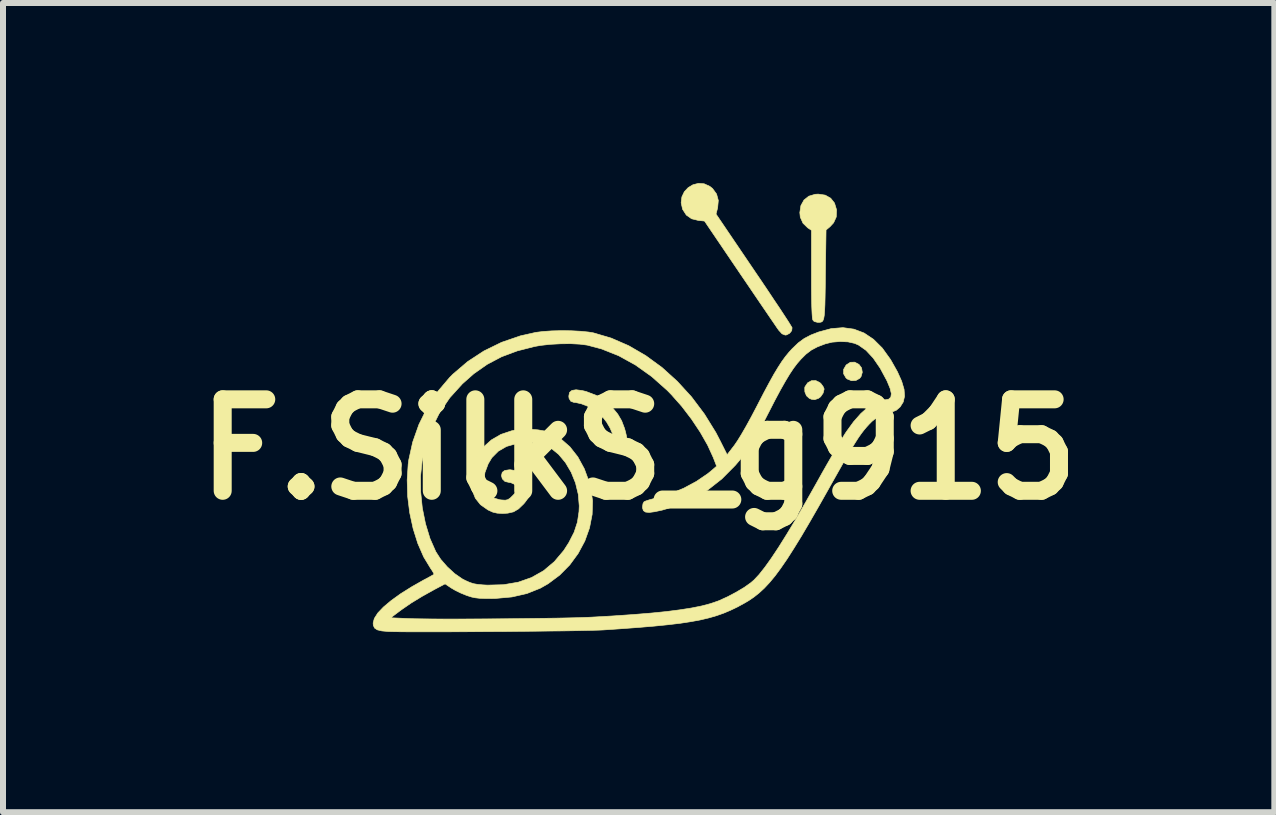
<source format=kicad_pcb>
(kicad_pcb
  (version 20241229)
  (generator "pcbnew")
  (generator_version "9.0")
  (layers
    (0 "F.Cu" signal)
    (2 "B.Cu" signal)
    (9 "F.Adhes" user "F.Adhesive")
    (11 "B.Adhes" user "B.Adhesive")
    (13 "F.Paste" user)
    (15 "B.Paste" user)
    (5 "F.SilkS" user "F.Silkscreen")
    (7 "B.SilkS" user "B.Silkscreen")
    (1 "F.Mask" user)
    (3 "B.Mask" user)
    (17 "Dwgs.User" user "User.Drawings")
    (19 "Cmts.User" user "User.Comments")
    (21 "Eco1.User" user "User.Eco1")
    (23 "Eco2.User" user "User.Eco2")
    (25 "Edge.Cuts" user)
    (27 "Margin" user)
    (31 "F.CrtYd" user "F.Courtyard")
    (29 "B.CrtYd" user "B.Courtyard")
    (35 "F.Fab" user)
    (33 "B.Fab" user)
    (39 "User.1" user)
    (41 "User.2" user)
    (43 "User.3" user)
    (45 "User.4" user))
  (footprint "F.SilkS_g915"
    (layer "F.Cu")
    (at 7.591 4.438)
    (property "Reference" "F.SilkS_g915" (at 0 0 0) (layer "F.SilkS") (effects (font (size 1.524 1.524) (thickness 0.3))))
    (attr through_hole)
    (fp_poly (pts (xy 3.67 -1.417) (xy 3.714 -1.358) (xy 3.726 -1.285) (xy 3.706 -1.215) (xy 3.683 -1.185) (xy 3.62 -1.149) (xy 3.546 -1.145) (xy 3.476 -1.173) (xy 3.454 -1.192) (xy 3.414 -1.261) (xy 3.415 -1.334) (xy 3.455 -1.403) (xy 3.46 -1.409) (xy 3.527 -1.452) (xy 3.599 -1.454) (xy 3.67 -1.417)) (stroke (width 0.01) (type solid)) (fill yes) (layer "F.SilkS"))
    (fp_poly (pts (xy 3.018 -1.114) (xy 3.041 -1.092) (xy 3.074 -1.046) (xy 3.09 -1.008) (xy 3.09 -1.005) (xy 3.073 -0.938) (xy 3.031 -0.877) (xy 2.992 -0.849) (xy 2.931 -0.829) (xy 2.878 -0.836) (xy 2.843 -0.851) (xy 2.796 -0.894) (xy 2.769 -0.959) (xy 2.767 -1.027) (xy 2.771 -1.044) (xy 2.816 -1.11) (xy 2.879 -1.145) (xy 2.951 -1.147) (xy 3.018 -1.114)) (stroke (width 0.01) (type solid)) (fill yes) (layer "F.SilkS"))
    (fp_poly (pts (xy -0.942 -0.981) (xy -0.875 -0.965) (xy -0.696 -0.896) (xy -0.535 -0.79) (xy -0.442 -0.702) (xy -0.349 -0.589) (xy -0.284 -0.478) (xy -0.236 -0.352) (xy -0.22 -0.295) (xy -0.203 -0.222) (xy -0.198 -0.176) (xy -0.205 -0.143) (xy -0.221 -0.115) (xy -0.27 -0.073) (xy -0.329 -0.067) (xy -0.385 -0.098) (xy -0.388 -0.102) (xy -0.416 -0.154) (xy -0.423 -0.192) (xy -0.438 -0.267) (xy -0.477 -0.358) (xy -0.534 -0.455) (xy -0.603 -0.544) (xy -0.655 -0.598) (xy -0.742 -0.662) (xy -0.846 -0.718) (xy -0.954 -0.76) (xy -1.051 -0.782) (xy -1.077 -0.783) (xy -1.13 -0.802) (xy -1.16 -0.851) (xy -1.164 -0.889) (xy -1.152 -0.949) (xy -1.112 -0.983) (xy -1.043 -0.994) (xy -0.942 -0.981)) (stroke (width 0.01) (type solid)) (fill yes) (layer "F.SilkS"))
    (fp_poly (pts (xy 3.108 -4.237) (xy 3.199 -4.186) (xy 3.263 -4.105) (xy 3.296 -3.996) (xy 3.297 -3.988) (xy 3.292 -3.873) (xy 3.248 -3.776) (xy 3.188 -3.711) (xy 3.122 -3.656) (xy 3.111 -2.907) (xy 3.109 -2.703) (xy 3.106 -2.538) (xy 3.103 -2.407) (xy 3.098 -2.307) (xy 3.092 -2.233) (xy 3.083 -2.181) (xy 3.071 -2.148) (xy 3.055 -2.128) (xy 3.034 -2.12) (xy 3.009 -2.117) (xy 2.98 -2.117) (xy 2.924 -2.132) (xy 2.901 -2.158) (xy 2.894 -2.191) (xy 2.889 -2.265) (xy 2.884 -2.377) (xy 2.881 -2.525) (xy 2.879 -2.707) (xy 2.879 -2.921) (xy 2.879 -2.925) (xy 2.879 -3.651) (xy 2.817 -3.692) (xy 2.738 -3.769) (xy 2.693 -3.869) (xy 2.685 -3.946) (xy 2.703 -4.063) (xy 2.754 -4.155) (xy 2.834 -4.219) (xy 2.941 -4.251) (xy 2.992 -4.254) (xy 3.108 -4.237)) (stroke (width 0.01) (type solid)) (fill yes) (layer "F.SilkS"))
    (fp_poly (pts (xy 1.091 -4.426) (xy 1.184 -4.384) (xy 1.231 -4.347) (xy 1.298 -4.255) (xy 1.327 -4.148) (xy 1.316 -4.028) (xy 1.315 -4.023) (xy 1.289 -3.921) (xy 1.917 -2.994) (xy 2.038 -2.816) (xy 2.151 -2.648) (xy 2.254 -2.493) (xy 2.347 -2.355) (xy 2.425 -2.236) (xy 2.487 -2.141) (xy 2.53 -2.072) (xy 2.553 -2.034) (xy 2.556 -2.028) (xy 2.55 -1.979) (xy 2.515 -1.935) (xy 2.464 -1.908) (xy 2.442 -1.905) (xy 2.389 -1.926) (xy 2.334 -1.986) (xy 2.31 -2.019) (xy 2.266 -2.084) (xy 2.203 -2.176) (xy 2.124 -2.292) (xy 2.031 -2.428) (xy 1.928 -2.58) (xy 1.816 -2.745) (xy 1.698 -2.918) (xy 1.686 -2.936) (xy 1.097 -3.805) (xy 0.996 -3.815) (xy 0.882 -3.843) (xy 0.794 -3.905) (xy 0.734 -3.998) (xy 0.731 -4.004) (xy 0.708 -4.11) (xy 0.72 -4.208) (xy 0.761 -4.294) (xy 0.825 -4.362) (xy 0.905 -4.41) (xy 0.996 -4.433) (xy 1.091 -4.426)) (stroke (width 0.01) (type solid)) (fill yes) (layer "F.SilkS"))
    (fp_poly (pts (xy 3.586 -2.004) (xy 3.755 -1.94) (xy 3.912 -1.835) (xy 4.058 -1.69) (xy 4.192 -1.504) (xy 4.209 -1.476) (xy 4.312 -1.293) (xy 4.382 -1.136) (xy 4.422 -1.001) (xy 4.43 -0.886) (xy 4.408 -0.79) (xy 4.357 -0.709) (xy 4.355 -0.707) (xy 4.293 -0.653) (xy 4.226 -0.626) (xy 4.191 -0.62) (xy 4.081 -0.595) (xy 3.983 -0.545) (xy 3.884 -0.465) (xy 3.84 -0.42) (xy 3.796 -0.372) (xy 3.754 -0.322) (xy 3.711 -0.266) (xy 3.665 -0.201) (xy 3.615 -0.123) (xy 3.556 -0.028) (xy 3.487 0.088) (xy 3.406 0.229) (xy 3.31 0.399) (xy 3.196 0.601) (xy 3.171 0.646) (xy 3.001 0.947) (xy 2.848 1.213) (xy 2.711 1.446) (xy 2.586 1.649) (xy 2.473 1.826) (xy 2.369 1.977) (xy 2.273 2.107) (xy 2.181 2.218) (xy 2.093 2.312) (xy 2.006 2.392) (xy 1.919 2.461) (xy 1.829 2.522) (xy 1.755 2.565) (xy 1.641 2.627) (xy 1.528 2.681) (xy 1.414 2.729) (xy 1.295 2.771) (xy 1.166 2.808) (xy 1.026 2.841) (xy 0.868 2.87) (xy 0.691 2.897) (xy 0.489 2.921) (xy 0.26 2.944) (xy -0.001 2.966) (xy -0.297 2.988) (xy -0.593 3.008) (xy -0.664 3.011) (xy -0.774 3.014) (xy -0.916 3.017) (xy -1.089 3.021) (xy -1.285 3.024) (xy -1.502 3.026) (xy -1.735 3.029) (xy -1.979 3.031) (xy -2.231 3.034) (xy -2.485 3.035) (xy -2.737 3.037) (xy -2.983 3.038) (xy -3.219 3.039) (xy -3.439 3.039) (xy -3.64 3.039) (xy -3.817 3.039) (xy -3.966 3.038) (xy -4.083 3.036) (xy -4.162 3.034) (xy -4.169 3.034) (xy -4.28 3.024) (xy -4.355 3.006) (xy -4.4 2.976) (xy -4.421 2.931) (xy -4.424 2.892) (xy -4.404 2.815) (xy -4.397 2.805) (xy -4.131 2.805) (xy -3.838 2.818) (xy -3.739 2.821) (xy -3.603 2.823) (xy -3.435 2.825) (xy -3.241 2.826) (xy -3.026 2.826) (xy -2.794 2.825) (xy -2.552 2.824) (xy -2.305 2.822) (xy -2.058 2.82) (xy -1.816 2.817) (xy -1.584 2.814) (xy -1.368 2.811) (xy -1.173 2.807) (xy -1.005 2.803) (xy -0.868 2.798) (xy -0.794 2.795) (xy -0.422 2.774) (xy -0.09 2.751) (xy 0.204 2.727) (xy 0.463 2.701) (xy 0.689 2.672) (xy 0.886 2.641) (xy 1.054 2.607) (xy 1.197 2.569) (xy 1.317 2.528) (xy 1.34 2.519) (xy 1.485 2.453) (xy 1.628 2.377) (xy 1.759 2.299) (xy 1.866 2.223) (xy 1.923 2.174) (xy 2.007 2.084) (xy 2.102 1.964) (xy 2.21 1.813) (xy 2.331 1.631) (xy 2.466 1.415) (xy 2.617 1.165) (xy 2.783 0.878) (xy 2.962 0.561) (xy 3.053 0.398) (xy 3.144 0.238) (xy 3.232 0.086) (xy 3.311 -0.05) (xy 3.38 -0.166) (xy 3.434 -0.255) (xy 3.461 -0.296) (xy 3.58 -0.46) (xy 3.701 -0.597) (xy 3.822 -0.705) (xy 3.938 -0.78) (xy 4.046 -0.819) (xy 4.097 -0.825) (xy 4.163 -0.836) (xy 4.201 -0.87) (xy 4.21 -0.929) (xy 4.19 -1.015) (xy 4.142 -1.131) (xy 4.137 -1.143) (xy 4.024 -1.353) (xy 3.908 -1.522) (xy 3.788 -1.651) (xy 3.665 -1.738) (xy 3.599 -1.767) (xy 3.488 -1.792) (xy 3.356 -1.798) (xy 3.222 -1.787) (xy 3.109 -1.759) (xy 2.978 -1.709) (xy 2.876 -1.655) (xy 2.787 -1.587) (xy 2.703 -1.503) (xy 2.641 -1.432) (xy 2.579 -1.35) (xy 2.514 -1.252) (xy 2.443 -1.134) (xy 2.362 -0.991) (xy 2.27 -0.819) (xy 2.164 -0.612) (xy 2.156 -0.597) (xy 2.062 -0.413) (xy 1.98 -0.261) (xy 1.906 -0.134) (xy 1.836 -0.024) (xy 1.766 0.075) (xy 1.69 0.171) (xy 1.61 0.265) (xy 1.386 0.491) (xy 1.147 0.679) (xy 0.89 0.83) (xy 0.611 0.946) (xy 0.392 1.011) (xy 0.266 1.038) (xy 0.176 1.05) (xy 0.115 1.044) (xy 0.079 1.02) (xy 0.065 0.977) (xy 0.064 0.956) (xy 0.072 0.903) (xy 0.09 0.872) (xy 0.121 0.858) (xy 0.183 0.838) (xy 0.265 0.816) (xy 0.307 0.806) (xy 0.528 0.739) (xy 0.751 0.646) (xy 0.963 0.532) (xy 1.151 0.404) (xy 1.216 0.351) (xy 1.299 0.279) (xy 1.242 0.132) (xy 1.149 -0.071) (xy 1.026 -0.287) (xy 0.88 -0.506) (xy 0.718 -0.718) (xy 0.545 -0.913) (xy 0.477 -0.983) (xy 0.217 -1.214) (xy -0.054 -1.407) (xy -0.333 -1.561) (xy -0.62 -1.675) (xy -0.857 -1.738) (xy -0.981 -1.754) (xy -1.134 -1.762) (xy -1.302 -1.76) (xy -1.473 -1.751) (xy -1.633 -1.733) (xy -1.73 -1.716) (xy -2.022 -1.642) (xy -2.284 -1.544) (xy -2.523 -1.418) (xy -2.746 -1.262) (xy -2.937 -1.093) (xy -3.146 -0.862) (xy -3.319 -0.609) (xy -3.455 -0.333) (xy -3.557 -0.034) (xy -3.608 0.199) (xy -3.634 0.444) (xy -3.632 0.706) (xy -3.605 0.974) (xy -3.552 1.237) (xy -3.477 1.484) (xy -3.38 1.704) (xy -3.298 1.831) (xy -3.189 1.956) (xy -3.066 2.069) (xy -2.939 2.157) (xy -2.887 2.184) (xy -2.815 2.216) (xy -2.751 2.237) (xy -2.682 2.249) (xy -2.594 2.257) (xy -2.518 2.261) (xy -2.251 2.254) (xy -2.006 2.212) (xy -1.784 2.134) (xy -1.583 2.02) (xy -1.405 1.87) (xy -1.248 1.684) (xy -1.164 1.553) (xy -1.075 1.379) (xy -1.02 1.211) (xy -0.994 1.036) (xy -0.99 0.942) (xy -1.006 0.749) (xy -1.052 0.559) (xy -1.124 0.381) (xy -1.219 0.22) (xy -1.333 0.083) (xy -1.463 -0.023) (xy -1.535 -0.063) (xy -1.594 -0.088) (xy -1.654 -0.104) (xy -1.726 -0.111) (xy -1.826 -0.113) (xy -1.841 -0.113) (xy -2.035 -0.097) (xy -2.201 -0.05) (xy -2.338 0.029) (xy -2.446 0.138) (xy -2.507 0.24) (xy -2.562 0.387) (xy -2.577 0.523) (xy -2.551 0.646) (xy -2.545 0.661) (xy -2.49 0.752) (xy -2.417 0.808) (xy -2.318 0.838) (xy -2.285 0.842) (xy -2.223 0.846) (xy -2.18 0.837) (xy -2.14 0.81) (xy -2.096 0.767) (xy -2.049 0.717) (xy -2.018 0.676) (xy -2.011 0.659) (xy -2.029 0.617) (xy -2.074 0.579) (xy -2.13 0.554) (xy -2.157 0.55) (xy -2.227 0.534) (xy -2.272 0.49) (xy -2.286 0.437) (xy -2.273 0.382) (xy -2.232 0.351) (xy -2.156 0.339) (xy -2.139 0.339) (xy -2.031 0.356) (xy -1.935 0.404) (xy -1.86 0.475) (xy -1.812 0.563) (xy -1.799 0.639) (xy -1.808 0.727) (xy -1.838 0.805) (xy -1.897 0.886) (xy -1.918 0.91) (xy -2.002 0.991) (xy -2.085 1.04) (xy -2.181 1.062) (xy -2.265 1.067) (xy -2.357 1.062) (xy -2.43 1.045) (xy -2.507 1.01) (xy -2.517 1.004) (xy -2.636 0.92) (xy -2.721 0.813) (xy -2.773 0.682) (xy -2.792 0.525) (xy -2.79 0.439) (xy -2.758 0.263) (xy -2.689 0.102) (xy -2.587 -0.039) (xy -2.454 -0.158) (xy -2.296 -0.25) (xy -2.114 -0.311) (xy -2.079 -0.318) (xy -1.954 -0.334) (xy -1.815 -0.336) (xy -1.678 -0.326) (xy -1.556 -0.305) (xy -1.473 -0.278) (xy -1.3 -0.179) (xy -1.146 -0.044) (xy -1.014 0.124) (xy -0.906 0.322) (xy -0.823 0.547) (xy -0.801 0.632) (xy -0.768 0.856) (xy -0.775 1.083) (xy -0.819 1.308) (xy -0.897 1.526) (xy -1.008 1.733) (xy -1.148 1.924) (xy -1.316 2.094) (xy -1.509 2.238) (xy -1.639 2.312) (xy -1.862 2.401) (xy -2.112 2.458) (xy -2.388 2.483) (xy -2.445 2.484) (xy -2.564 2.483) (xy -2.653 2.48) (xy -2.723 2.472) (xy -2.785 2.459) (xy -2.851 2.438) (xy -2.871 2.431) (xy -2.964 2.393) (xy -3.056 2.348) (xy -3.124 2.308) (xy -3.225 2.24) (xy -3.396 2.33) (xy -3.608 2.448) (xy -3.79 2.559) (xy -3.951 2.67) (xy -3.986 2.696) (xy -4.131 2.805) (xy -4.397 2.805) (xy -4.347 2.726) (xy -4.253 2.627) (xy -4.126 2.52) (xy -3.968 2.406) (xy -3.78 2.288) (xy -3.588 2.179) (xy -3.512 2.139) (xy -3.452 2.105) (xy -3.416 2.085) (xy -3.41 2.081) (xy -3.416 2.062) (xy -3.441 2.019) (xy -3.465 1.984) (xy -3.582 1.791) (xy -3.68 1.566) (xy -3.758 1.318) (xy -3.815 1.054) (xy -3.849 0.782) (xy -3.857 0.51) (xy -3.84 0.244) (xy -3.831 0.177) (xy -3.765 -0.122) (xy -3.661 -0.416) (xy -3.522 -0.698) (xy -3.351 -0.961) (xy -3.151 -1.197) (xy -3.098 -1.251) (xy -2.851 -1.462) (xy -2.579 -1.64) (xy -2.285 -1.784) (xy -1.971 -1.892) (xy -1.714 -1.95) (xy -1.594 -1.965) (xy -1.447 -1.975) (xy -1.286 -1.979) (xy -1.123 -1.977) (xy -0.97 -1.969) (xy -0.837 -1.956) (xy -0.757 -1.943) (xy -0.458 -1.855) (xy -0.166 -1.728) (xy 0.118 -1.563) (xy 0.389 -1.365) (xy 0.644 -1.134) (xy 0.881 -0.875) (xy 1.096 -0.589) (xy 1.287 -0.28) (xy 1.359 -0.141) (xy 1.474 0.088) (xy 1.596 -0.07) (xy 1.647 -0.145) (xy 1.713 -0.252) (xy 1.791 -0.387) (xy 1.877 -0.544) (xy 1.968 -0.717) (xy 1.977 -0.735) (xy 2.082 -0.938) (xy 2.173 -1.108) (xy 2.251 -1.249) (xy 2.321 -1.365) (xy 2.384 -1.463) (xy 2.444 -1.546) (xy 2.504 -1.619) (xy 2.558 -1.678) (xy 2.659 -1.775) (xy 2.758 -1.848) (xy 2.871 -1.907) (xy 3 -1.957) (xy 3.208 -2.013) (xy 3.404 -2.029) (xy 3.586 -2.004)) (stroke (width 0.01) (type solid)) (fill yes) (layer "F.SilkS")))
  (gr_rect
    (start -3 -3)
    (end 18.182 10.482)
    (stroke (width 0.1) (type default))
    (fill no)
    (layer "Edge.Cuts")))
</source>
